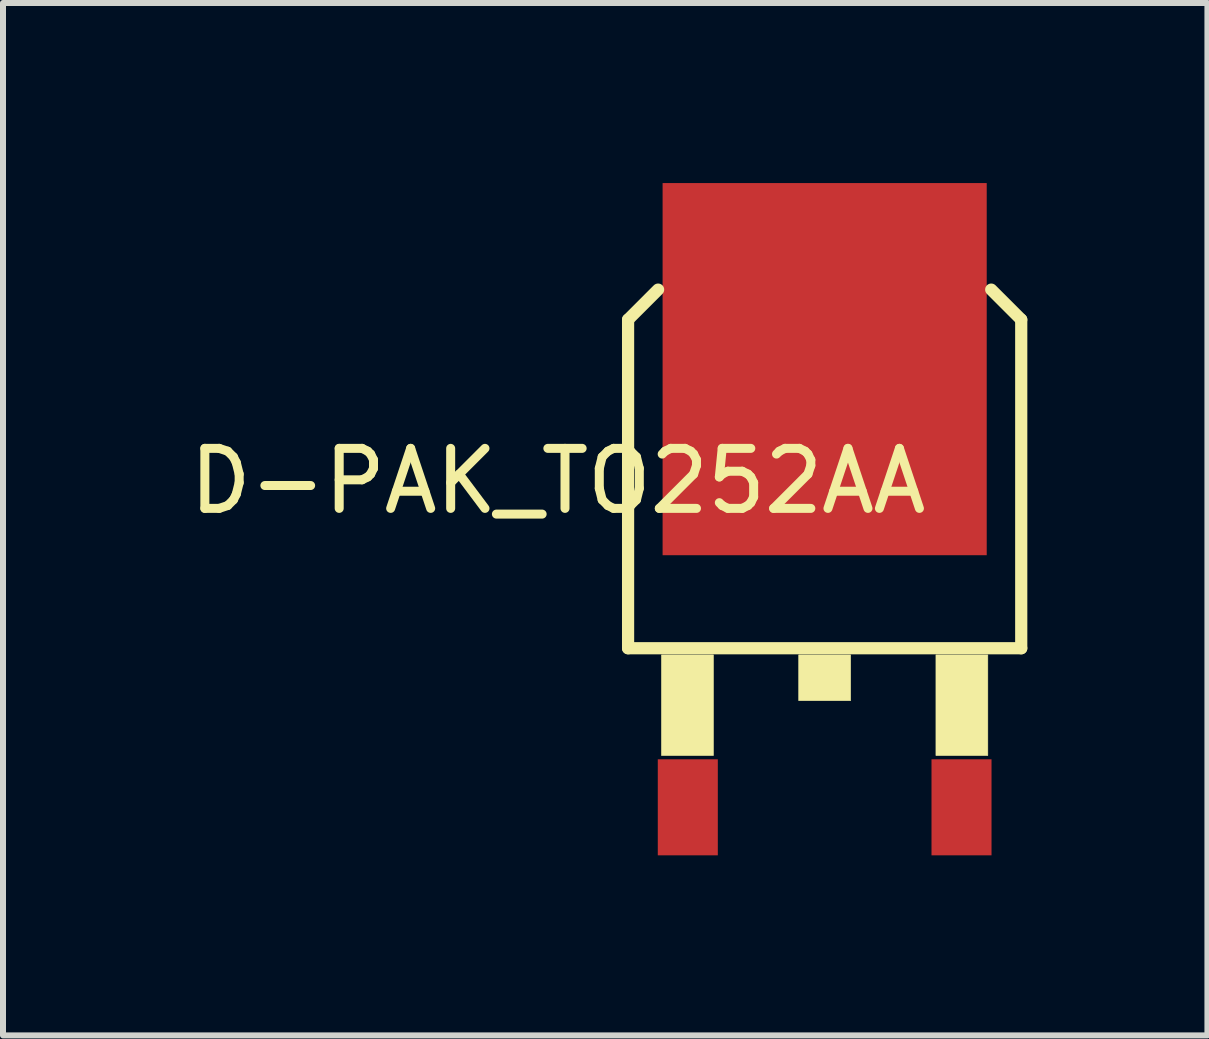
<source format=kicad_pcb>
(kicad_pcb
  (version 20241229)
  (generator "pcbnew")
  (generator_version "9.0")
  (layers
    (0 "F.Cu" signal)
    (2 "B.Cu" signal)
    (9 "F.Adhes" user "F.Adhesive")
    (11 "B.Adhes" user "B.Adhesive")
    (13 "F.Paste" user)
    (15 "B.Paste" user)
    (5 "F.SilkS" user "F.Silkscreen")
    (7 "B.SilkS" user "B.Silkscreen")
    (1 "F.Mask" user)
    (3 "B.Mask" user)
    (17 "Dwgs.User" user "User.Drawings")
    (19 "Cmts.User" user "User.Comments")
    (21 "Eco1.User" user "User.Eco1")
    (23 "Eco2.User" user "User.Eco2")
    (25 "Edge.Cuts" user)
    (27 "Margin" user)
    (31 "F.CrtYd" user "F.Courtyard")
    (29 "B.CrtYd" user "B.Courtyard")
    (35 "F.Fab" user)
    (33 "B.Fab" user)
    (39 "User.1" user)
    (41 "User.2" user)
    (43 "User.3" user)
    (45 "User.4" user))
  (footprint "D-PAK_TO252AA"
    (layer "F.Cu")
    (at 10.689 5.6)
    (property "Reference" "D-PAK_TO252AA" (at -4.445 -0.635 180) (layer "F.SilkS") (effects (font (size 1 1) (thickness 0.15))))
    (attr smd)
    (fp_line (start -3.275 -3.325) (end -2.775 -3.825) (stroke (width 0.203) (type solid)) (layer "F.SilkS"))
    (fp_line (start -3.275 2.15) (end -3.275 -3.325) (stroke (width 0.203) (type solid)) (layer "F.SilkS"))
    (fp_line (start 2.775 -3.825) (end 3.275 -3.325) (stroke (width 0.203) (type solid)) (layer "F.SilkS"))
    (fp_line (start 3.275 -3.325) (end 3.275 2.15) (stroke (width 0.203) (type solid)) (layer "F.SilkS"))
    (fp_line (start 3.275 2.15) (end -3.275 2.15) (stroke (width 0.203) (type solid)) (layer "F.SilkS"))
    (fp_poly (pts (xy -2.718 2.261) (xy -1.854 2.261) (xy -1.854 3.937) (xy -2.718 3.937)) (stroke (width 0.01) (type solid)) (fill yes) (layer "F.SilkS"))
    (fp_poly (pts (xy -0.432 2.261) (xy 0.432 2.261) (xy 0.432 3.023) (xy -0.432 3.023)) (stroke (width 0.01) (type solid)) (fill yes) (layer "F.SilkS"))
    (fp_poly (pts (xy 1.854 2.261) (xy 2.718 2.261) (xy 2.718 3.937) (xy 1.854 3.937)) (stroke (width 0.01) (type solid)) (fill yes) (layer "F.SilkS"))
    (pad "1" smd rect (at -2.28 4.8) (size 1 1.6) (layers "F.Cu" "F.Mask" "F.Paste"))
    (pad "2" smd rect (at 0 -2.5) (size 5.4 6.2) (layers "F.Cu" "F.Mask" "F.Paste"))
    (pad "3" smd rect (at 2.28 4.8) (size 1 1.6) (layers "F.Cu" "F.Mask" "F.Paste")))
  (gr_rect
    (start -3 -3)
    (end 17.066 14.2)
    (stroke (width 0.1) (type default))
    (fill no)
    (layer "Edge.Cuts")))
</source>
